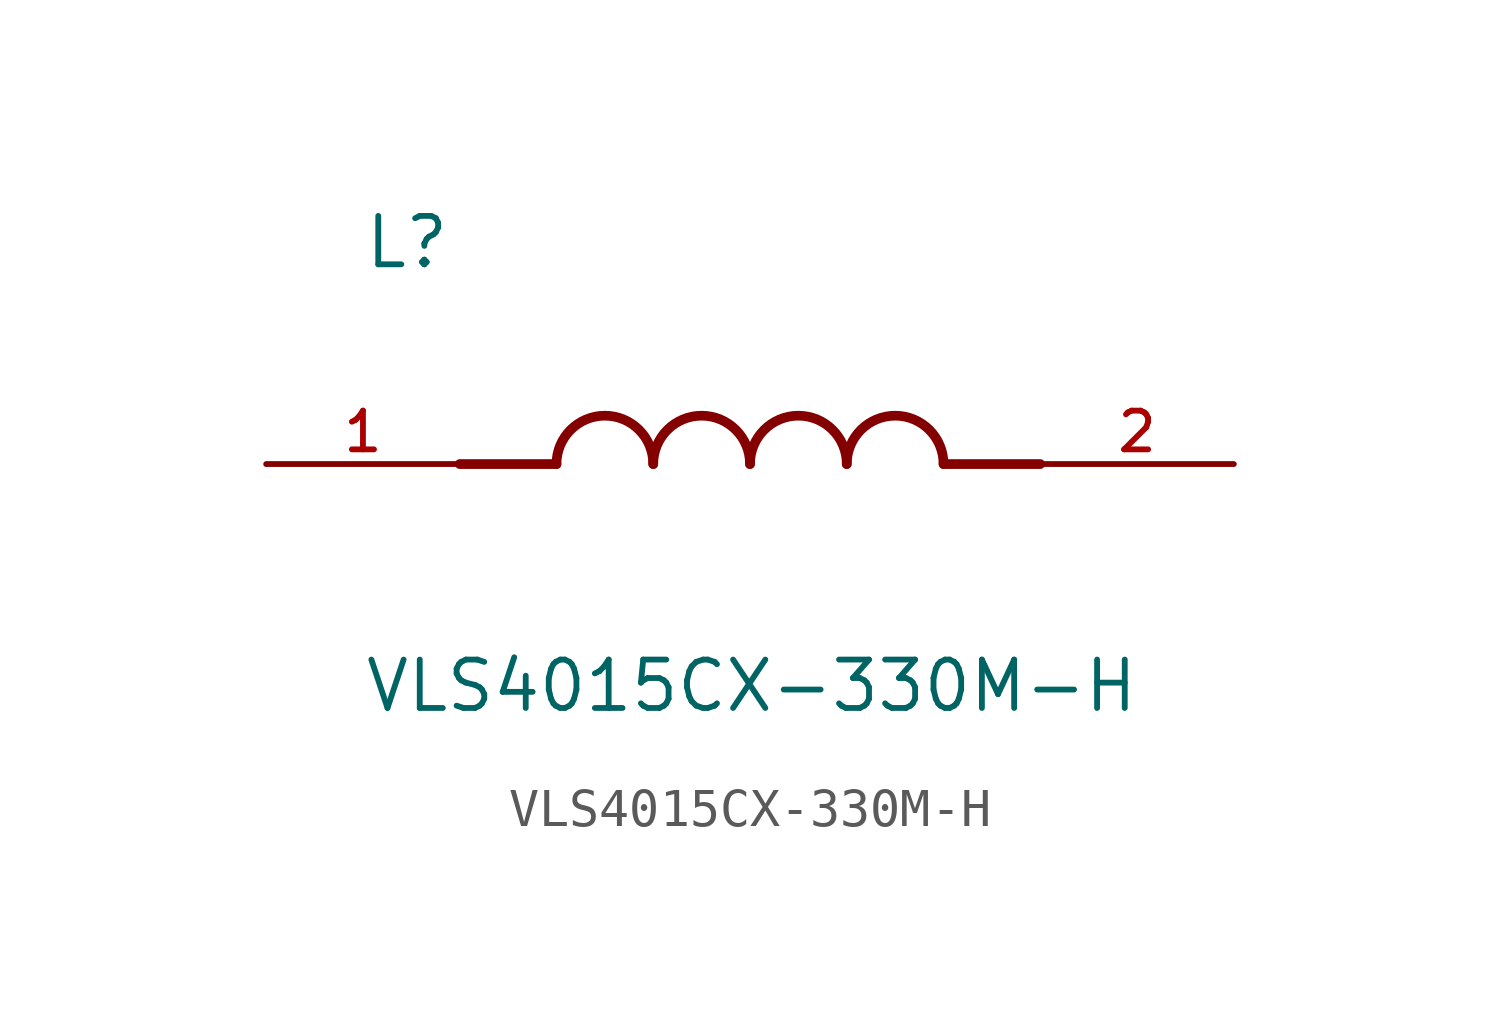
<source format=kicad_sym>
(kicad_symbol_lib
  (version 20211014)
  (generator kicad_symbol_editor)
  (symbol "VLS4015CX-330M-H"
    (pin_names
      (offset 1.016))
    (property "Reference" "L"
      (at -10.16 5.08 0)
      (effects (font (size 1.27 1.27)) (justify bottom left)))
    (property "Value" "VLS4015CX-330M-H"
      (at -10.16 -5.08 0)
      (effects (font (size 1.27 1.27)) (justify top left)))
    (symbol "VLS4015CX-330M-H_0_0"
      (polyline (pts (xy -5.08 0.0) (xy -7.62 0.0)) (stroke (width 0.254)))
      (polyline (pts (xy 5.08 0.0) (xy 7.62 0.0)) (stroke (width 0.254)))
      (arc (start -2.54 0.0) (mid -3.81 1.27) (end -5.08 0.0) (stroke (width 0.254) (type default) (color 0 0 0 0)) (fill (type none)))
      (arc (start 0.0 0.0) (mid -1.27 1.27) (end -2.54 0.0) (stroke (width 0.254) (type default) (color 0 0 0 0)) (fill (type none)))
      (arc (start 2.54 0.0) (mid 1.27 1.27) (end 0.0 0.0) (stroke (width 0.254) (type default) (color 0 0 0 0)) (fill (type none)))
      (arc (start 5.08 0.0) (mid 3.81 1.27) (end 2.54 0.0) (stroke (width 0.254) (type default) (color 0 0 0 0)) (fill (type none)))
      (pin passive line (at -12.7 0.0 0) (length 5.08) (name "~" (effects (font (size 1.016 1.016)))) (number "1" (effects (font (size 1.016 1.016)))))
      (pin passive line (at 12.7 0.0 180.0) (length 5.08) (name "~" (effects (font (size 1.016 1.016)))) (number "2" (effects (font (size 1.016 1.016))))))))
</source>
